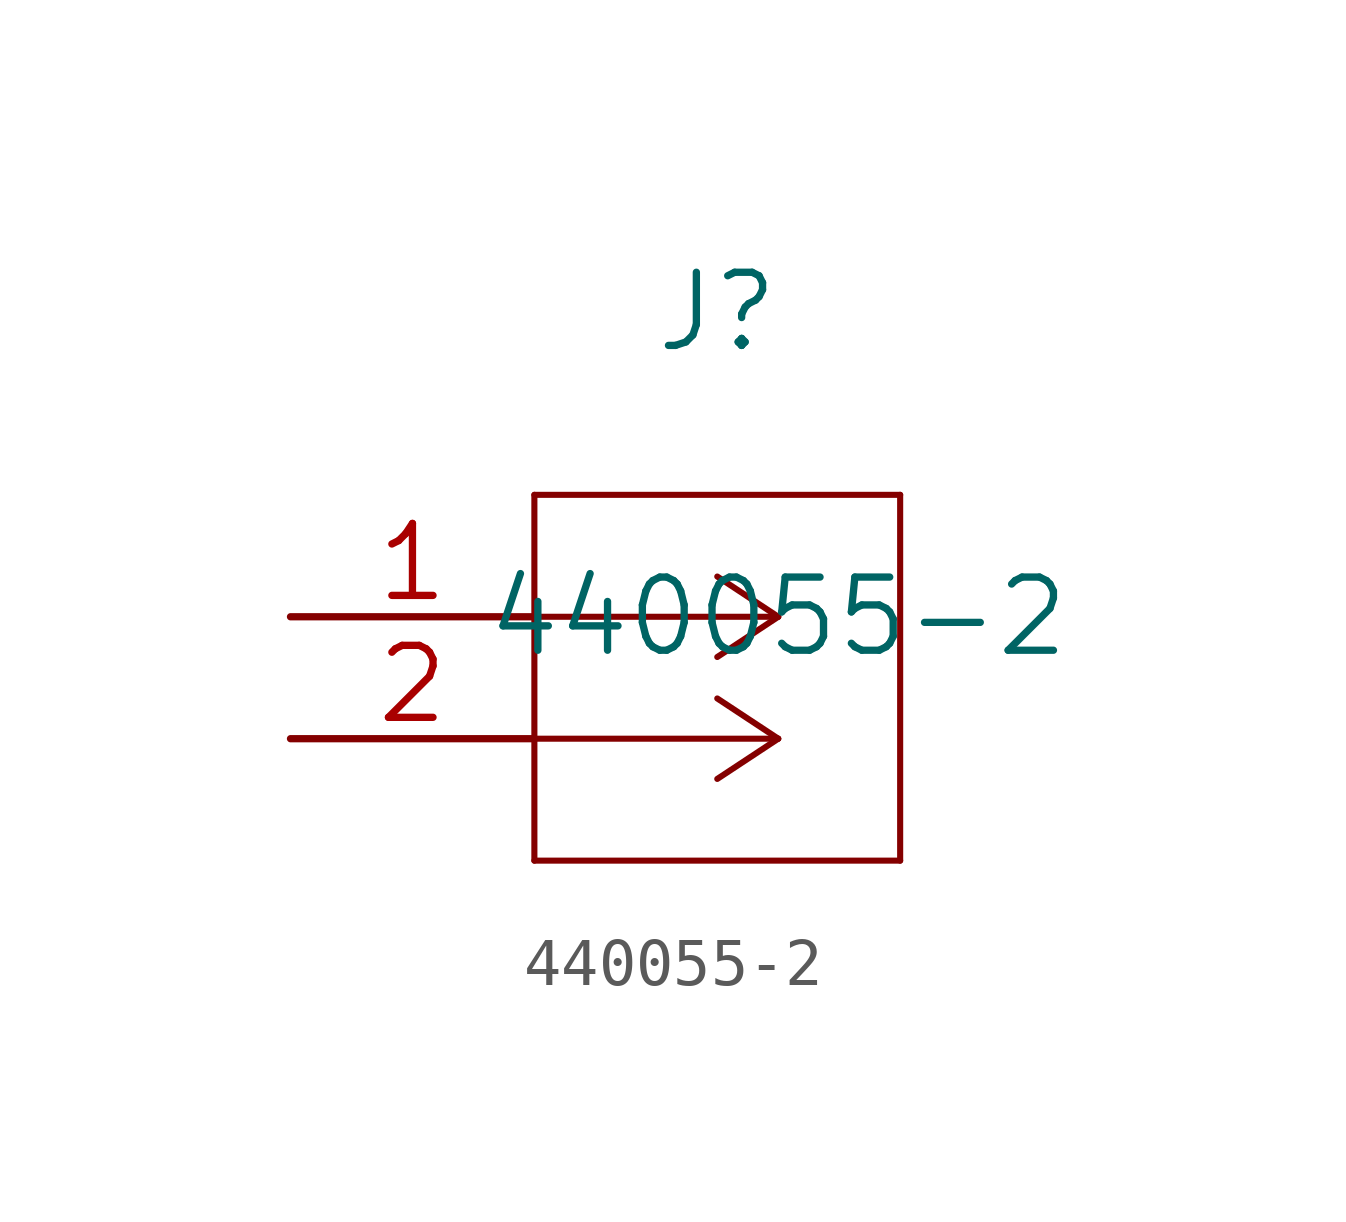
<source format=kicad_sym>
(kicad_symbol_lib
  (version 20220914)
  (generator kicad_symbol_editor)
  (symbol "440055-2"
    (pin_names
      (offset 0.254) hide)
    (property "Reference" "J"
      (at 8.89 6.35 0)
      (effects (font (size 1.524 1.524))))
    (property "Value" "440055-2"
      (at 10.16 0 0)
      (effects (font (size 1.524 1.524))))
    (property "Datasheet" ""
      (at 0 0 0)
      (effects (font (size 1.524 1.524))))
    (property "ki_locked" ""
      (at 0 0 0)
      (effects (font (size 1.27 1.27))))
    (symbol "440055-2_1_1"
      (polyline (pts (xy 5.08 -5.08) (xy 12.7 -5.08)) (stroke (width 0.127) (type solid)) (fill (type none)))
      (polyline (pts (xy 5.08 2.54) (xy 5.08 -5.08)) (stroke (width 0.127) (type solid)) (fill (type none)))
      (polyline (pts (xy 10.16 -2.54) (xy 5.08 -2.54)) (stroke (width 0.127) (type solid)) (fill (type none)))
      (polyline (pts (xy 10.16 -2.54) (xy 8.89 -3.378)) (stroke (width 0.127) (type solid)) (fill (type none)))
      (polyline (pts (xy 10.16 -2.54) (xy 8.89 -1.702)) (stroke (width 0.127) (type solid)) (fill (type none)))
      (polyline (pts (xy 10.16 0) (xy 5.08 0)) (stroke (width 0.127) (type solid)) (fill (type none)))
      (polyline (pts (xy 10.16 0) (xy 8.89 -0.838)) (stroke (width 0.127) (type solid)) (fill (type none)))
      (polyline (pts (xy 10.16 0) (xy 8.89 0.838)) (stroke (width 0.127) (type solid)) (fill (type none)))
      (polyline (pts (xy 12.7 -5.08) (xy 12.7 2.54)) (stroke (width 0.127) (type solid)) (fill (type none)))
      (polyline (pts (xy 12.7 2.54) (xy 5.08 2.54)) (stroke (width 0.127) (type solid)) (fill (type none)))
      (pin unspecified line (at 0 0 0) (length 5.08) (name "1" (effects (font (size 1.499 1.499)))) (number "1" (effects (font (size 1.499 1.499)))))
      (pin unspecified line (at 0 -2.54 0) (length 5.08) (name "2" (effects (font (size 1.499 1.499)))) (number "2" (effects (font (size 1.499 1.499))))))))
</source>
